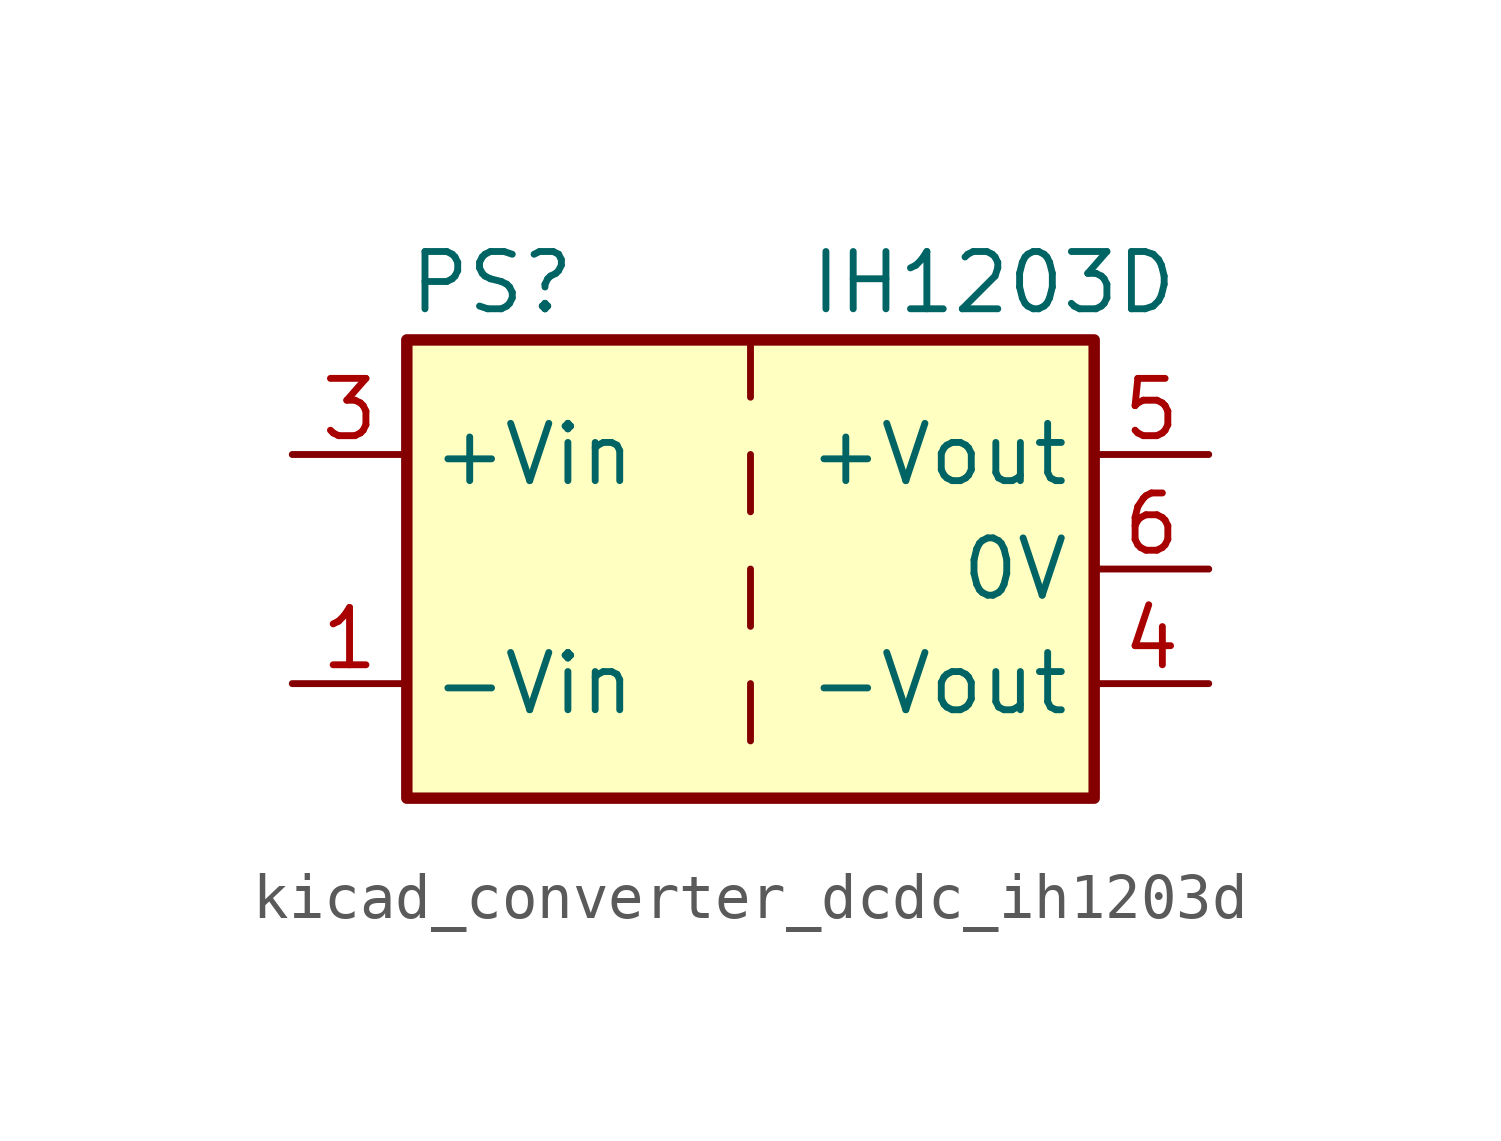
<source format=kicad_sym>
(kicad_symbol_lib
  (version 20220914)
  (generator kicad_symbol_editor)
  (symbol "kicad_converter_dcdc_ih1203d"
    (property "Reference" "PS"
      (at -7.62 6.35 0)
      (effects (font (size 1.27 1.27)) (justify left)))
    (property "Value" "IH1203D"
      (at 1.27 6.35 0)
      (effects (font (size 1.27 1.27)) (justify left)))
    (symbol "kicad_converter_dcdc_ih1203d_0_0"
      (pin power_in line (at -10.16 -2.54 0) (length 2.54) (name "-Vin" (effects (font (size 1.27 1.27)))) (number "1" (effects (font (size 1.27 1.27)))))
      (pin power_in line (at -10.16 2.54 0) (length 2.54) (name "+Vin" (effects (font (size 1.27 1.27)))) (number "3" (effects (font (size 1.27 1.27)))))
      (pin power_out line (at 10.16 -2.54 180) (length 2.54) (name "-Vout" (effects (font (size 1.27 1.27)))) (number "4" (effects (font (size 1.27 1.27)))))
      (pin power_out line (at 10.16 2.54 180) (length 2.54) (name "+Vout" (effects (font (size 1.27 1.27)))) (number "5" (effects (font (size 1.27 1.27)))))
      (pin power_out line (at 10.16 0 180) (length 2.54) (name "0V" (effects (font (size 1.27 1.27)))) (number "6" (effects (font (size 1.27 1.27))))))
    (symbol "kicad_converter_dcdc_ih1203d_0_1"
      (rectangle (start -7.62 5.08) (end 7.62 -5.08) (stroke (width 0.254) (type default)) (fill (type background)))
      (polyline (pts (xy 0 -2.54) (xy 0 -3.81)) (stroke (width 0) (type default)) (fill (type none)))
      (polyline (pts (xy 0 0) (xy 0 -1.27)) (stroke (width 0) (type default)) (fill (type none)))
      (polyline (pts (xy 0 2.54) (xy 0 1.27)) (stroke (width 0) (type default)) (fill (type none)))
      (polyline (pts (xy 0 5.08) (xy 0 3.81)) (stroke (width 0) (type default)) (fill (type none))))
    (symbol "kicad_converter_dcdc_ih1203d_1_1"
      (pin no_connect line (at 0 -5.08 90) (length 2.54) hide (name "NC" (effects (font (size 1.27 1.27)))) (number "2" (effects (font (size 1.27 1.27))))))))
</source>
